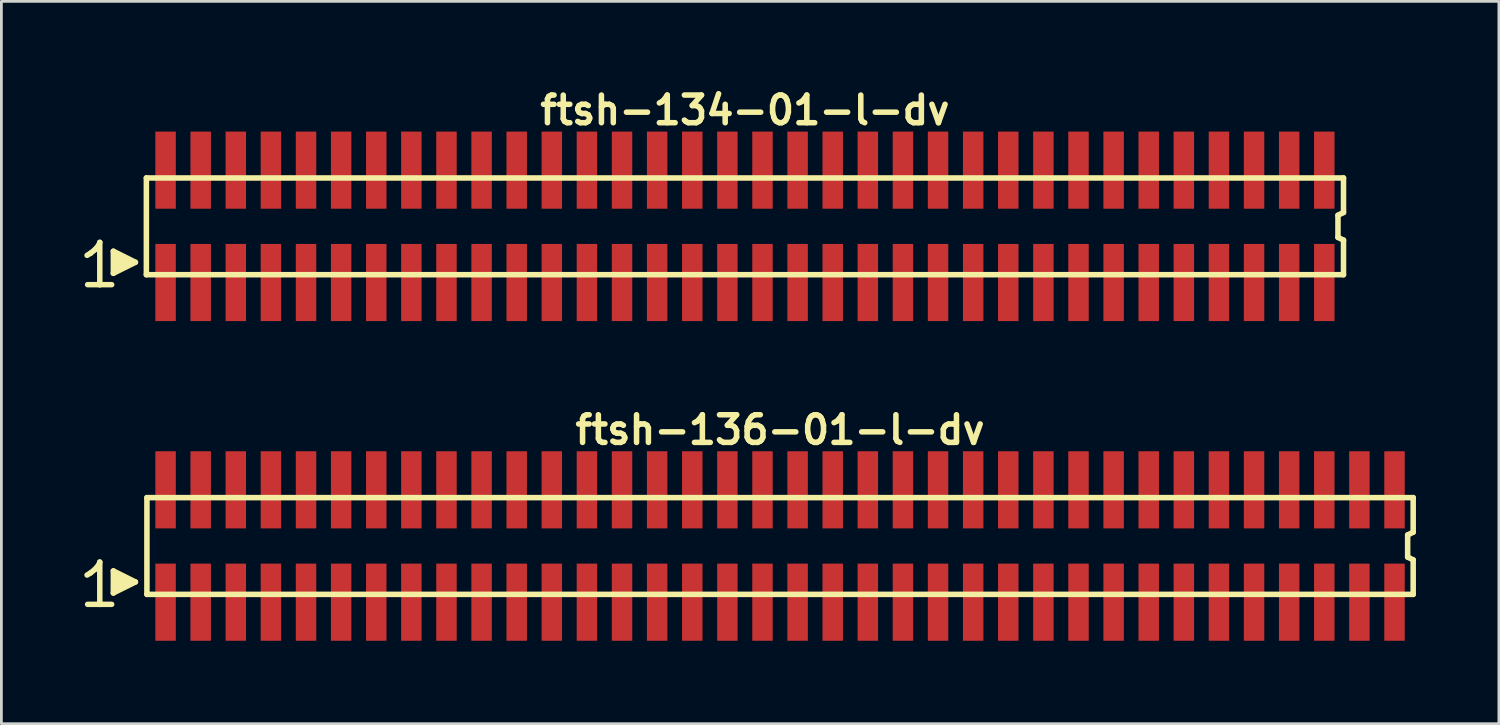
<source format=kicad_pcb>
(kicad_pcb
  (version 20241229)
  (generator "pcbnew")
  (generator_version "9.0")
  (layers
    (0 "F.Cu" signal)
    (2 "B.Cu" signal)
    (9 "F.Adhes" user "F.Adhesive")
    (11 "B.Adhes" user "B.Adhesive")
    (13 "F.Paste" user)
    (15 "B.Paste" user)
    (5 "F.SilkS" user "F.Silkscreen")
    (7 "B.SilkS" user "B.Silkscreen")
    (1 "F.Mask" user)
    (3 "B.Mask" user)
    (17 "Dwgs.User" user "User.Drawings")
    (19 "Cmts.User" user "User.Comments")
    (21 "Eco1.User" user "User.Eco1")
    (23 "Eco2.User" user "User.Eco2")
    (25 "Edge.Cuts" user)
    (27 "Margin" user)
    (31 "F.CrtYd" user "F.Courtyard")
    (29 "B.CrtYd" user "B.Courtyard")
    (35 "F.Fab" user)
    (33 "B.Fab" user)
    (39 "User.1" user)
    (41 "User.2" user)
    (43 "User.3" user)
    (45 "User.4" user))
  (footprint "ftsh-136-01-l-dv"
    (layer "F.Cu")
    (at 25.164 16.699)
    (property "Reference" "ftsh-136-01-l-dv" (at 0 -4.2 0) (layer "F.SilkS") (effects (font (size 1 1) (thickness 0.2))))
    (attr smd)
    (fp_line (start -25.065 1.05) (end -24.935 0.97) (stroke (width 0.198) (type solid)) (layer "F.SilkS"))
    (fp_line (start -24.935 0.97) (end -24.775 0.84) (stroke (width 0.198) (type solid)) (layer "F.SilkS"))
    (fp_line (start -24.775 0.84) (end -24.635 0.67) (stroke (width 0.198) (type solid)) (layer "F.SilkS"))
    (fp_line (start -24.635 0.67) (end -24.605 0.58) (stroke (width 0.198) (type solid)) (layer "F.SilkS"))
    (fp_line (start -24.605 0.58) (end -24.605 2.11) (stroke (width 0.198) (type solid)) (layer "F.SilkS"))
    (fp_line (start -24.605 2.11) (end -25.045 2.11) (stroke (width 0.198) (type solid)) (layer "F.SilkS"))
    (fp_line (start -24.175 2.11) (end -24.615 2.11) (stroke (width 0.198) (type solid)) (layer "F.SilkS"))
    (fp_line (start -24.115 0.9) (end -23.315 1.3) (stroke (width 0.198) (type solid)) (layer "F.SilkS"))
    (fp_line (start -24.115 1.7) (end -24.115 0.9) (stroke (width 0.198) (type solid)) (layer "F.SilkS"))
    (fp_line (start -24.015 1.6) (end -24.015 1) (stroke (width 0.198) (type solid)) (layer "F.SilkS"))
    (fp_line (start -23.915 1.1) (end -23.915 1.5) (stroke (width 0.198) (type solid)) (layer "F.SilkS"))
    (fp_line (start -23.815 1.5) (end -23.815 1.1) (stroke (width 0.198) (type solid)) (layer "F.SilkS"))
    (fp_line (start -23.715 1.2) (end -23.715 1.4) (stroke (width 0.198) (type solid)) (layer "F.SilkS"))
    (fp_line (start -23.615 1.4) (end -23.615 1.2) (stroke (width 0.198) (type solid)) (layer "F.SilkS"))
    (fp_line (start -23.315 1.3) (end -24.115 1.7) (stroke (width 0.198) (type solid)) (layer "F.SilkS"))
    (fp_line (start -22.9 -1.75) (end -22.9 1.75) (stroke (width 0.2) (type solid)) (layer "F.SilkS"))
    (fp_line (start -22.9 -1.75) (end 22.9 -1.75) (stroke (width 0.2) (type solid)) (layer "F.SilkS"))
    (fp_line (start -22.9 1.75) (end 22.9 1.75) (stroke (width 0.2) (type solid)) (layer "F.SilkS"))
    (fp_line (start 22.7 -0.4) (end 22.7 0.4) (stroke (width 0.2) (type solid)) (layer "F.SilkS"))
    (fp_line (start 22.7 0.4) (end 22.9 0.5) (stroke (width 0.2) (type solid)) (layer "F.SilkS"))
    (fp_line (start 22.9 -0.5) (end 22.7 -0.4) (stroke (width 0.2) (type solid)) (layer "F.SilkS"))
    (fp_line (start 22.9 -0.5) (end 22.9 -1.75) (stroke (width 0.2) (type solid)) (layer "F.SilkS"))
    (fp_line (start 22.9 0.5) (end 22.9 1.75) (stroke (width 0.2) (type solid)) (layer "F.SilkS"))
    (pad "1" smd rect (at -22.225 2.032) (size 0.74 2.79) (layers "F.Cu" "F.Mask" "F.Paste"))
    (pad "2" smd rect (at -22.225 -2.032) (size 0.74 2.79) (layers "F.Cu" "F.Mask" "F.Paste"))
    (pad "3" smd rect (at -20.955 2.032) (size 0.74 2.79) (layers "F.Cu" "F.Mask" "F.Paste"))
    (pad "4" smd rect (at -20.955 -2.032) (size 0.74 2.79) (layers "F.Cu" "F.Mask" "F.Paste"))
    (pad "5" smd rect (at -19.685 2.032) (size 0.74 2.79) (layers "F.Cu" "F.Mask" "F.Paste"))
    (pad "6" smd rect (at -19.685 -2.032) (size 0.74 2.79) (layers "F.Cu" "F.Mask" "F.Paste"))
    (pad "7" smd rect (at -18.415 2.032) (size 0.74 2.79) (layers "F.Cu" "F.Mask" "F.Paste"))
    (pad "8" smd rect (at -18.415 -2.032) (size 0.74 2.79) (layers "F.Cu" "F.Mask" "F.Paste"))
    (pad "9" smd rect (at -17.145 2.032) (size 0.74 2.79) (layers "F.Cu" "F.Mask" "F.Paste"))
    (pad "10" smd rect (at -17.145 -2.032) (size 0.74 2.79) (layers "F.Cu" "F.Mask" "F.Paste"))
    (pad "11" smd rect (at -15.875 2.032) (size 0.74 2.79) (layers "F.Cu" "F.Mask" "F.Paste"))
    (pad "12" smd rect (at -15.875 -2.032) (size 0.74 2.79) (layers "F.Cu" "F.Mask" "F.Paste"))
    (pad "13" smd rect (at -14.605 2.032) (size 0.74 2.79) (layers "F.Cu" "F.Mask" "F.Paste"))
    (pad "14" smd rect (at -14.605 -2.032) (size 0.74 2.79) (layers "F.Cu" "F.Mask" "F.Paste"))
    (pad "15" smd rect (at -13.335 2.032) (size 0.74 2.79) (layers "F.Cu" "F.Mask" "F.Paste"))
    (pad "16" smd rect (at -13.335 -2.032) (size 0.74 2.79) (layers "F.Cu" "F.Mask" "F.Paste"))
    (pad "17" smd rect (at -12.065 2.032) (size 0.74 2.79) (layers "F.Cu" "F.Mask" "F.Paste"))
    (pad "18" smd rect (at -12.065 -2.032) (size 0.74 2.79) (layers "F.Cu" "F.Mask" "F.Paste"))
    (pad "19" smd rect (at -10.795 2.032) (size 0.74 2.79) (layers "F.Cu" "F.Mask" "F.Paste"))
    (pad "20" smd rect (at -10.795 -2.032) (size 0.74 2.79) (layers "F.Cu" "F.Mask" "F.Paste"))
    (pad "21" smd rect (at -9.525 2.032) (size 0.74 2.79) (layers "F.Cu" "F.Mask" "F.Paste"))
    (pad "22" smd rect (at -9.525 -2.032) (size 0.74 2.79) (layers "F.Cu" "F.Mask" "F.Paste"))
    (pad "23" smd rect (at -8.255 2.032) (size 0.74 2.79) (layers "F.Cu" "F.Mask" "F.Paste"))
    (pad "24" smd rect (at -8.255 -2.032) (size 0.74 2.79) (layers "F.Cu" "F.Mask" "F.Paste"))
    (pad "25" smd rect (at -6.985 2.032) (size 0.74 2.79) (layers "F.Cu" "F.Mask" "F.Paste"))
    (pad "26" smd rect (at -6.985 -2.032) (size 0.74 2.79) (layers "F.Cu" "F.Mask" "F.Paste"))
    (pad "27" smd rect (at -5.715 2.032) (size 0.74 2.79) (layers "F.Cu" "F.Mask" "F.Paste"))
    (pad "28" smd rect (at -5.715 -2.032) (size 0.74 2.79) (layers "F.Cu" "F.Mask" "F.Paste"))
    (pad "29" smd rect (at -4.445 2.032) (size 0.74 2.79) (layers "F.Cu" "F.Mask" "F.Paste"))
    (pad "30" smd rect (at -4.445 -2.032) (size 0.74 2.79) (layers "F.Cu" "F.Mask" "F.Paste"))
    (pad "31" smd rect (at -3.175 2.032) (size 0.74 2.79) (layers "F.Cu" "F.Mask" "F.Paste"))
    (pad "32" smd rect (at -3.175 -2.032) (size 0.74 2.79) (layers "F.Cu" "F.Mask" "F.Paste"))
    (pad "33" smd rect (at -1.905 2.032) (size 0.74 2.79) (layers "F.Cu" "F.Mask" "F.Paste"))
    (pad "34" smd rect (at -1.905 -2.032) (size 0.74 2.79) (layers "F.Cu" "F.Mask" "F.Paste"))
    (pad "35" smd rect (at -0.635 2.032) (size 0.74 2.79) (layers "F.Cu" "F.Mask" "F.Paste"))
    (pad "36" smd rect (at -0.635 -2.032) (size 0.74 2.79) (layers "F.Cu" "F.Mask" "F.Paste"))
    (pad "37" smd rect (at 0.635 2.032) (size 0.74 2.79) (layers "F.Cu" "F.Mask" "F.Paste"))
    (pad "38" smd rect (at 0.635 -2.032) (size 0.74 2.79) (layers "F.Cu" "F.Mask" "F.Paste"))
    (pad "39" smd rect (at 1.905 2.032) (size 0.74 2.79) (layers "F.Cu" "F.Mask" "F.Paste"))
    (pad "40" smd rect (at 1.905 -2.032) (size 0.74 2.79) (layers "F.Cu" "F.Mask" "F.Paste"))
    (pad "41" smd rect (at 3.175 2.032) (size 0.74 2.79) (layers "F.Cu" "F.Mask" "F.Paste"))
    (pad "42" smd rect (at 3.175 -2.032) (size 0.74 2.79) (layers "F.Cu" "F.Mask" "F.Paste"))
    (pad "43" smd rect (at 4.445 2.032) (size 0.74 2.79) (layers "F.Cu" "F.Mask" "F.Paste"))
    (pad "44" smd rect (at 4.445 -2.032) (size 0.74 2.79) (layers "F.Cu" "F.Mask" "F.Paste"))
    (pad "45" smd rect (at 5.715 2.032) (size 0.74 2.79) (layers "F.Cu" "F.Mask" "F.Paste"))
    (pad "46" smd rect (at 5.715 -2.032) (size 0.74 2.79) (layers "F.Cu" "F.Mask" "F.Paste"))
    (pad "47" smd rect (at 6.985 2.032) (size 0.74 2.79) (layers "F.Cu" "F.Mask" "F.Paste"))
    (pad "48" smd rect (at 6.985 -2.032) (size 0.74 2.79) (layers "F.Cu" "F.Mask" "F.Paste"))
    (pad "49" smd rect (at 8.255 2.032) (size 0.74 2.79) (layers "F.Cu" "F.Mask" "F.Paste"))
    (pad "50" smd rect (at 8.255 -2.032) (size 0.74 2.79) (layers "F.Cu" "F.Mask" "F.Paste"))
    (pad "51" smd rect (at 9.525 2.032) (size 0.74 2.79) (layers "F.Cu" "F.Mask" "F.Paste"))
    (pad "52" smd rect (at 9.525 -2.032) (size 0.74 2.79) (layers "F.Cu" "F.Mask" "F.Paste"))
    (pad "53" smd rect (at 10.795 2.032) (size 0.74 2.79) (layers "F.Cu" "F.Mask" "F.Paste"))
    (pad "54" smd rect (at 10.795 -2.032) (size 0.74 2.79) (layers "F.Cu" "F.Mask" "F.Paste"))
    (pad "55" smd rect (at 12.065 2.032) (size 0.74 2.79) (layers "F.Cu" "F.Mask" "F.Paste"))
    (pad "56" smd rect (at 12.065 -2.032) (size 0.74 2.79) (layers "F.Cu" "F.Mask" "F.Paste"))
    (pad "57" smd rect (at 13.335 2.032) (size 0.74 2.79) (layers "F.Cu" "F.Mask" "F.Paste"))
    (pad "58" smd rect (at 13.335 -2.032) (size 0.74 2.79) (layers "F.Cu" "F.Mask" "F.Paste"))
    (pad "59" smd rect (at 14.605 2.032) (size 0.74 2.79) (layers "F.Cu" "F.Mask" "F.Paste"))
    (pad "60" smd rect (at 14.605 -2.032) (size 0.74 2.79) (layers "F.Cu" "F.Mask" "F.Paste"))
    (pad "61" smd rect (at 15.875 2.032) (size 0.74 2.79) (layers "F.Cu" "F.Mask" "F.Paste"))
    (pad "62" smd rect (at 15.875 -2.032) (size 0.74 2.79) (layers "F.Cu" "F.Mask" "F.Paste"))
    (pad "63" smd rect (at 17.145 2.032) (size 0.74 2.79) (layers "F.Cu" "F.Mask" "F.Paste"))
    (pad "64" smd rect (at 17.145 -2.032) (size 0.74 2.79) (layers "F.Cu" "F.Mask" "F.Paste"))
    (pad "65" smd rect (at 18.415 2.032) (size 0.74 2.79) (layers "F.Cu" "F.Mask" "F.Paste"))
    (pad "66" smd rect (at 18.415 -2.032) (size 0.74 2.79) (layers "F.Cu" "F.Mask" "F.Paste"))
    (pad "67" smd rect (at 19.685 2.032) (size 0.74 2.79) (layers "F.Cu" "F.Mask" "F.Paste"))
    (pad "68" smd rect (at 19.685 -2.032) (size 0.74 2.79) (layers "F.Cu" "F.Mask" "F.Paste"))
    (pad "69" smd rect (at 20.955 2.032) (size 0.74 2.79) (layers "F.Cu" "F.Mask" "F.Paste"))
    (pad "70" smd rect (at 20.955 -2.032) (size 0.74 2.79) (layers "F.Cu" "F.Mask" "F.Paste"))
    (pad "71" smd rect (at 22.225 2.032) (size 0.74 2.79) (layers "F.Cu" "F.Mask" "F.Paste"))
    (pad "72" smd rect (at 22.225 -2.032) (size 0.74 2.79) (layers "F.Cu" "F.Mask" "F.Paste")))
  (footprint "ftsh-134-01-l-dv"
    (layer "F.Cu")
    (at 23.894 5.136)
    (property "Reference" "ftsh-134-01-l-dv" (at 0 -4.2 0) (layer "F.SilkS") (effects (font (size 1 1) (thickness 0.2))))
    (attr smd)
    (fp_line (start -23.795 1.05) (end -23.665 0.97) (stroke (width 0.198) (type solid)) (layer "F.SilkS"))
    (fp_line (start -23.665 0.97) (end -23.505 0.84) (stroke (width 0.198) (type solid)) (layer "F.SilkS"))
    (fp_line (start -23.505 0.84) (end -23.365 0.67) (stroke (width 0.198) (type solid)) (layer "F.SilkS"))
    (fp_line (start -23.365 0.67) (end -23.335 0.58) (stroke (width 0.198) (type solid)) (layer "F.SilkS"))
    (fp_line (start -23.335 0.58) (end -23.335 2.11) (stroke (width 0.198) (type solid)) (layer "F.SilkS"))
    (fp_line (start -23.335 2.11) (end -23.775 2.11) (stroke (width 0.198) (type solid)) (layer "F.SilkS"))
    (fp_line (start -22.905 2.11) (end -23.345 2.11) (stroke (width 0.198) (type solid)) (layer "F.SilkS"))
    (fp_line (start -22.845 0.9) (end -22.045 1.3) (stroke (width 0.198) (type solid)) (layer "F.SilkS"))
    (fp_line (start -22.845 1.7) (end -22.845 0.9) (stroke (width 0.198) (type solid)) (layer "F.SilkS"))
    (fp_line (start -22.745 1.6) (end -22.745 1) (stroke (width 0.198) (type solid)) (layer "F.SilkS"))
    (fp_line (start -22.645 1.1) (end -22.645 1.5) (stroke (width 0.198) (type solid)) (layer "F.SilkS"))
    (fp_line (start -22.545 1.5) (end -22.545 1.1) (stroke (width 0.198) (type solid)) (layer "F.SilkS"))
    (fp_line (start -22.445 1.2) (end -22.445 1.4) (stroke (width 0.198) (type solid)) (layer "F.SilkS"))
    (fp_line (start -22.345 1.4) (end -22.345 1.2) (stroke (width 0.198) (type solid)) (layer "F.SilkS"))
    (fp_line (start -22.045 1.3) (end -22.845 1.7) (stroke (width 0.198) (type solid)) (layer "F.SilkS"))
    (fp_line (start -21.65 -1.75) (end -21.65 1.75) (stroke (width 0.2) (type solid)) (layer "F.SilkS"))
    (fp_line (start -21.65 -1.75) (end 21.65 -1.75) (stroke (width 0.2) (type solid)) (layer "F.SilkS"))
    (fp_line (start -21.65 1.75) (end 21.65 1.75) (stroke (width 0.2) (type solid)) (layer "F.SilkS"))
    (fp_line (start 21.45 -0.4) (end 21.45 0.4) (stroke (width 0.2) (type solid)) (layer "F.SilkS"))
    (fp_line (start 21.45 0.4) (end 21.65 0.5) (stroke (width 0.2) (type solid)) (layer "F.SilkS"))
    (fp_line (start 21.65 -0.5) (end 21.45 -0.4) (stroke (width 0.2) (type solid)) (layer "F.SilkS"))
    (fp_line (start 21.65 -0.5) (end 21.65 -1.75) (stroke (width 0.2) (type solid)) (layer "F.SilkS"))
    (fp_line (start 21.65 0.5) (end 21.65 1.75) (stroke (width 0.2) (type solid)) (layer "F.SilkS"))
    (pad "1" smd rect (at -20.955 2.032) (size 0.74 2.79) (layers "F.Cu" "F.Mask" "F.Paste"))
    (pad "2" smd rect (at -20.955 -2.032) (size 0.74 2.79) (layers "F.Cu" "F.Mask" "F.Paste"))
    (pad "3" smd rect (at -19.685 2.032) (size 0.74 2.79) (layers "F.Cu" "F.Mask" "F.Paste"))
    (pad "4" smd rect (at -19.685 -2.032) (size 0.74 2.79) (layers "F.Cu" "F.Mask" "F.Paste"))
    (pad "5" smd rect (at -18.415 2.032) (size 0.74 2.79) (layers "F.Cu" "F.Mask" "F.Paste"))
    (pad "6" smd rect (at -18.415 -2.032) (size 0.74 2.79) (layers "F.Cu" "F.Mask" "F.Paste"))
    (pad "7" smd rect (at -17.145 2.032) (size 0.74 2.79) (layers "F.Cu" "F.Mask" "F.Paste"))
    (pad "8" smd rect (at -17.145 -2.032) (size 0.74 2.79) (layers "F.Cu" "F.Mask" "F.Paste"))
    (pad "9" smd rect (at -15.875 2.032) (size 0.74 2.79) (layers "F.Cu" "F.Mask" "F.Paste"))
    (pad "10" smd rect (at -15.875 -2.032) (size 0.74 2.79) (layers "F.Cu" "F.Mask" "F.Paste"))
    (pad "11" smd rect (at -14.605 2.032) (size 0.74 2.79) (layers "F.Cu" "F.Mask" "F.Paste"))
    (pad "12" smd rect (at -14.605 -2.032) (size 0.74 2.79) (layers "F.Cu" "F.Mask" "F.Paste"))
    (pad "13" smd rect (at -13.335 2.032) (size 0.74 2.79) (layers "F.Cu" "F.Mask" "F.Paste"))
    (pad "14" smd rect (at -13.335 -2.032) (size 0.74 2.79) (layers "F.Cu" "F.Mask" "F.Paste"))
    (pad "15" smd rect (at -12.065 2.032) (size 0.74 2.79) (layers "F.Cu" "F.Mask" "F.Paste"))
    (pad "16" smd rect (at -12.065 -2.032) (size 0.74 2.79) (layers "F.Cu" "F.Mask" "F.Paste"))
    (pad "17" smd rect (at -10.795 2.032) (size 0.74 2.79) (layers "F.Cu" "F.Mask" "F.Paste"))
    (pad "18" smd rect (at -10.795 -2.032) (size 0.74 2.79) (layers "F.Cu" "F.Mask" "F.Paste"))
    (pad "19" smd rect (at -9.525 2.032) (size 0.74 2.79) (layers "F.Cu" "F.Mask" "F.Paste"))
    (pad "20" smd rect (at -9.525 -2.032) (size 0.74 2.79) (layers "F.Cu" "F.Mask" "F.Paste"))
    (pad "21" smd rect (at -8.255 2.032) (size 0.74 2.79) (layers "F.Cu" "F.Mask" "F.Paste"))
    (pad "22" smd rect (at -8.255 -2.032) (size 0.74 2.79) (layers "F.Cu" "F.Mask" "F.Paste"))
    (pad "23" smd rect (at -6.985 2.032) (size 0.74 2.79) (layers "F.Cu" "F.Mask" "F.Paste"))
    (pad "24" smd rect (at -6.985 -2.032) (size 0.74 2.79) (layers "F.Cu" "F.Mask" "F.Paste"))
    (pad "25" smd rect (at -5.715 2.032) (size 0.74 2.79) (layers "F.Cu" "F.Mask" "F.Paste"))
    (pad "26" smd rect (at -5.715 -2.032) (size 0.74 2.79) (layers "F.Cu" "F.Mask" "F.Paste"))
    (pad "27" smd rect (at -4.445 2.032) (size 0.74 2.79) (layers "F.Cu" "F.Mask" "F.Paste"))
    (pad "28" smd rect (at -4.445 -2.032) (size 0.74 2.79) (layers "F.Cu" "F.Mask" "F.Paste"))
    (pad "29" smd rect (at -3.175 2.032) (size 0.74 2.79) (layers "F.Cu" "F.Mask" "F.Paste"))
    (pad "30" smd rect (at -3.175 -2.032) (size 0.74 2.79) (layers "F.Cu" "F.Mask" "F.Paste"))
    (pad "31" smd rect (at -1.905 2.032) (size 0.74 2.79) (layers "F.Cu" "F.Mask" "F.Paste"))
    (pad "32" smd rect (at -1.905 -2.032) (size 0.74 2.79) (layers "F.Cu" "F.Mask" "F.Paste"))
    (pad "33" smd rect (at -0.635 2.032) (size 0.74 2.79) (layers "F.Cu" "F.Mask" "F.Paste"))
    (pad "34" smd rect (at -0.635 -2.032) (size 0.74 2.79) (layers "F.Cu" "F.Mask" "F.Paste"))
    (pad "35" smd rect (at 0.635 2.032) (size 0.74 2.79) (layers "F.Cu" "F.Mask" "F.Paste"))
    (pad "36" smd rect (at 0.635 -2.032) (size 0.74 2.79) (layers "F.Cu" "F.Mask" "F.Paste"))
    (pad "37" smd rect (at 1.905 2.032) (size 0.74 2.79) (layers "F.Cu" "F.Mask" "F.Paste"))
    (pad "38" smd rect (at 1.905 -2.032) (size 0.74 2.79) (layers "F.Cu" "F.Mask" "F.Paste"))
    (pad "39" smd rect (at 3.175 2.032) (size 0.74 2.79) (layers "F.Cu" "F.Mask" "F.Paste"))
    (pad "40" smd rect (at 3.175 -2.032) (size 0.74 2.79) (layers "F.Cu" "F.Mask" "F.Paste"))
    (pad "41" smd rect (at 4.445 2.032) (size 0.74 2.79) (layers "F.Cu" "F.Mask" "F.Paste"))
    (pad "42" smd rect (at 4.445 -2.032) (size 0.74 2.79) (layers "F.Cu" "F.Mask" "F.Paste"))
    (pad "43" smd rect (at 5.715 2.032) (size 0.74 2.79) (layers "F.Cu" "F.Mask" "F.Paste"))
    (pad "44" smd rect (at 5.715 -2.032) (size 0.74 2.79) (layers "F.Cu" "F.Mask" "F.Paste"))
    (pad "45" smd rect (at 6.985 2.032) (size 0.74 2.79) (layers "F.Cu" "F.Mask" "F.Paste"))
    (pad "46" smd rect (at 6.985 -2.032) (size 0.74 2.79) (layers "F.Cu" "F.Mask" "F.Paste"))
    (pad "47" smd rect (at 8.255 2.032) (size 0.74 2.79) (layers "F.Cu" "F.Mask" "F.Paste"))
    (pad "48" smd rect (at 8.255 -2.032) (size 0.74 2.79) (layers "F.Cu" "F.Mask" "F.Paste"))
    (pad "49" smd rect (at 9.525 2.032) (size 0.74 2.79) (layers "F.Cu" "F.Mask" "F.Paste"))
    (pad "50" smd rect (at 9.525 -2.032) (size 0.74 2.79) (layers "F.Cu" "F.Mask" "F.Paste"))
    (pad "51" smd rect (at 10.795 2.032) (size 0.74 2.79) (layers "F.Cu" "F.Mask" "F.Paste"))
    (pad "52" smd rect (at 10.795 -2.032) (size 0.74 2.79) (layers "F.Cu" "F.Mask" "F.Paste"))
    (pad "53" smd rect (at 12.065 2.032) (size 0.74 2.79) (layers "F.Cu" "F.Mask" "F.Paste"))
    (pad "54" smd rect (at 12.065 -2.032) (size 0.74 2.79) (layers "F.Cu" "F.Mask" "F.Paste"))
    (pad "55" smd rect (at 13.335 2.032) (size 0.74 2.79) (layers "F.Cu" "F.Mask" "F.Paste"))
    (pad "56" smd rect (at 13.335 -2.032) (size 0.74 2.79) (layers "F.Cu" "F.Mask" "F.Paste"))
    (pad "57" smd rect (at 14.605 2.032) (size 0.74 2.79) (layers "F.Cu" "F.Mask" "F.Paste"))
    (pad "58" smd rect (at 14.605 -2.032) (size 0.74 2.79) (layers "F.Cu" "F.Mask" "F.Paste"))
    (pad "59" smd rect (at 15.875 2.032) (size 0.74 2.79) (layers "F.Cu" "F.Mask" "F.Paste"))
    (pad "60" smd rect (at 15.875 -2.032) (size 0.74 2.79) (layers "F.Cu" "F.Mask" "F.Paste"))
    (pad "61" smd rect (at 17.145 2.032) (size 0.74 2.79) (layers "F.Cu" "F.Mask" "F.Paste"))
    (pad "62" smd rect (at 17.145 -2.032) (size 0.74 2.79) (layers "F.Cu" "F.Mask" "F.Paste"))
    (pad "63" smd rect (at 18.415 2.032) (size 0.74 2.79) (layers "F.Cu" "F.Mask" "F.Paste"))
    (pad "64" smd rect (at 18.415 -2.032) (size 0.74 2.79) (layers "F.Cu" "F.Mask" "F.Paste"))
    (pad "65" smd rect (at 19.685 2.032) (size 0.74 2.79) (layers "F.Cu" "F.Mask" "F.Paste"))
    (pad "66" smd rect (at 19.685 -2.032) (size 0.74 2.79) (layers "F.Cu" "F.Mask" "F.Paste"))
    (pad "67" smd rect (at 20.955 2.032) (size 0.74 2.79) (layers "F.Cu" "F.Mask" "F.Paste"))
    (pad "68" smd rect (at 20.955 -2.032) (size 0.74 2.79) (layers "F.Cu" "F.Mask" "F.Paste")))
  (gr_rect
    (start -3 -3)
    (end 51.164 23.126)
    (stroke (width 0.1) (type default))
    (fill no)
    (layer "Edge.Cuts")))
</source>
